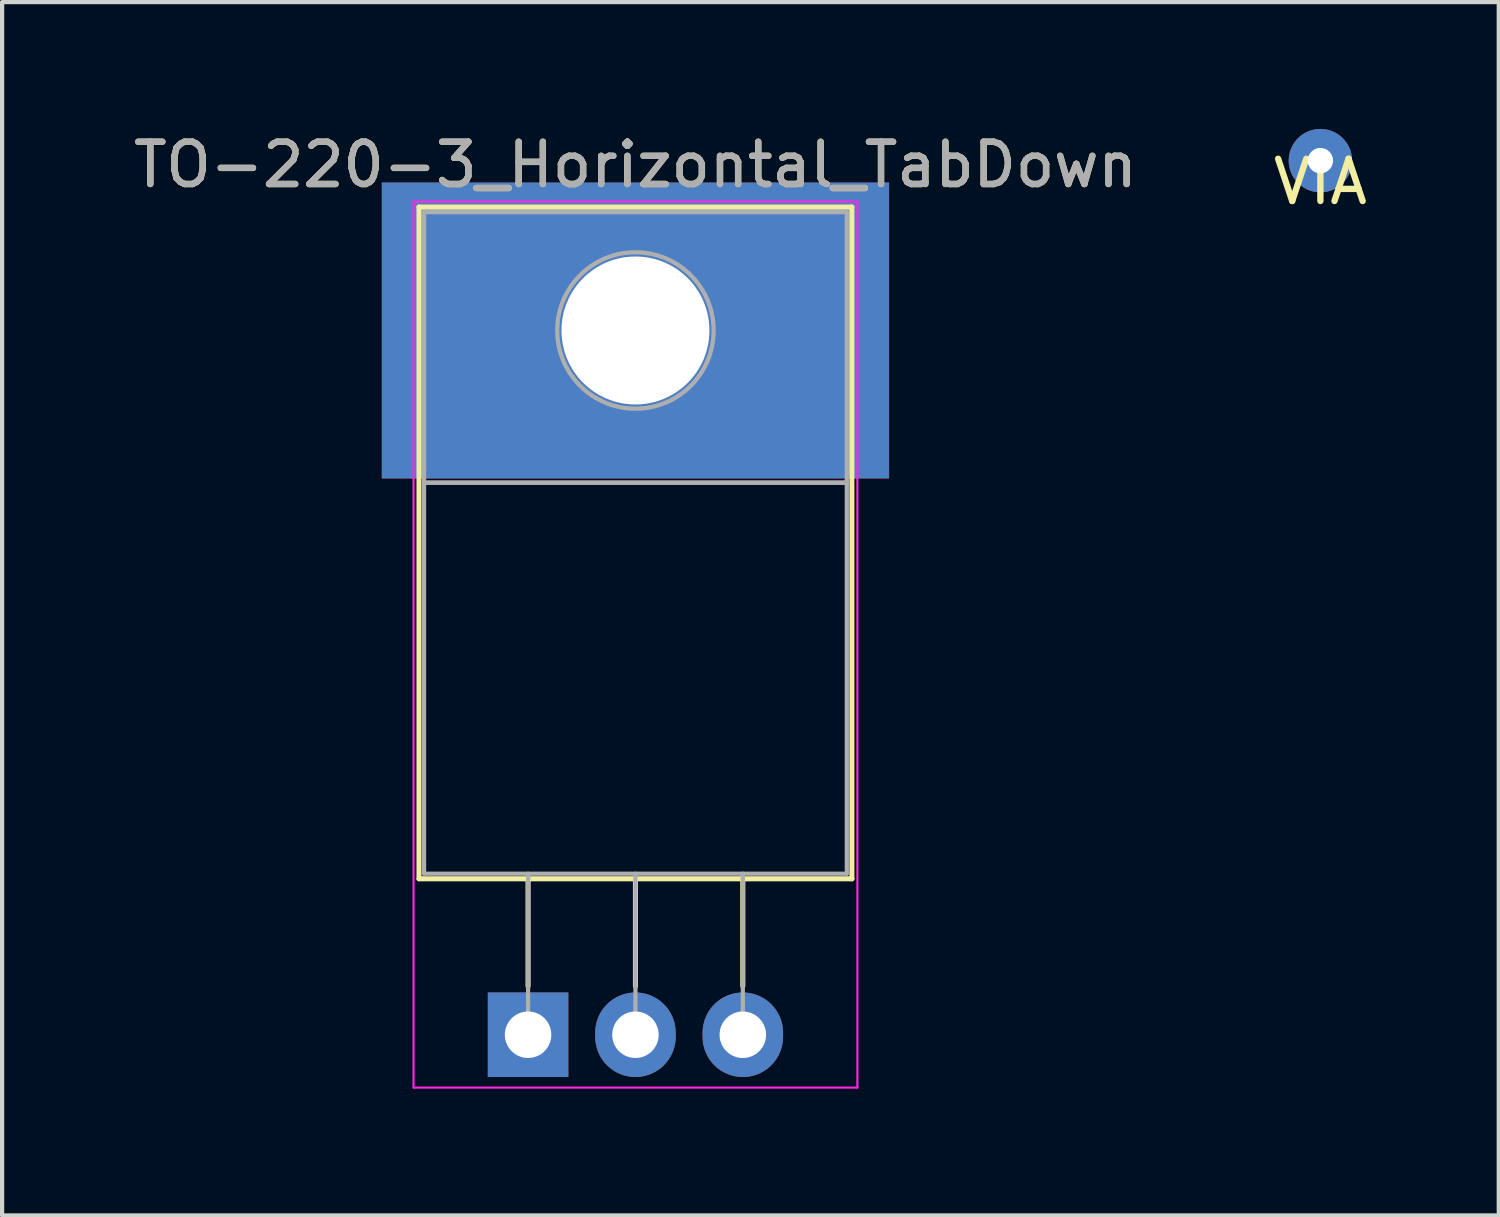
<source format=kicad_pcb>
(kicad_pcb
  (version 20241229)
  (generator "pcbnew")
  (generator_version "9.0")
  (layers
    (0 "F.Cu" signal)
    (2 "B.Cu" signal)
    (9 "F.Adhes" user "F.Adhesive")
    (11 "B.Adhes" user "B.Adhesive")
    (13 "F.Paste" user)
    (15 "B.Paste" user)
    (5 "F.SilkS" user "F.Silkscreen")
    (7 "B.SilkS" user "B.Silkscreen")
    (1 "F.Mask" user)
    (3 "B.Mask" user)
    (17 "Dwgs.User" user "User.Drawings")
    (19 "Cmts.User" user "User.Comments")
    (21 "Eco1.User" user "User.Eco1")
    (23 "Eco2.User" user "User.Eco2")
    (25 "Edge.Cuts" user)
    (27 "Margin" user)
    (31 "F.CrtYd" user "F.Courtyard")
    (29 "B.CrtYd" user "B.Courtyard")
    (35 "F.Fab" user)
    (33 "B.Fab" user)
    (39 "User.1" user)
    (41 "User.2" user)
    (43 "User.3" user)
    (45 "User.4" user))
  (footprint "VIA"
    (layer "F.Cu")
    (at 28.185 0.75)
    (property "Reference" "VIA" (at 0 0.5 0) (layer "F.SilkS") (effects (font (size 1 1) (thickness 0.15))))
    (attr through_hole)
    (pad "1" thru_hole circle (at 0 0) (size 1.5 1.5) (drill 0.6) (layers "*.Cu" "*.Mask")))
  (footprint "TO-220-3_Horizontal_TabDown"
    (layer "F.Cu")
    (at 9.442 21.428)
    (property "Reference" "TO-220-3_Horizontal_TabDown" (at 2.54 -20.58 0) (layer "F.SilkS") (effects (font (size 1 1) (thickness 0.15))))
    (attr through_hole)
    (fp_line (start -2.58 -19.58) (end -2.58 -3.69) (stroke (width 0.12) (type solid)) (layer "F.SilkS"))
    (fp_line (start -2.58 -19.58) (end 7.66 -19.58) (stroke (width 0.12) (type solid)) (layer "F.SilkS"))
    (fp_line (start -2.58 -3.69) (end 7.66 -3.69) (stroke (width 0.12) (type solid)) (layer "F.SilkS"))
    (fp_line (start 0 -3.69) (end 0 -1.15) (stroke (width 0.12) (type solid)) (layer "F.SilkS"))
    (fp_line (start 2.54 -3.69) (end 2.54 -1.15) (stroke (width 0.12) (type solid)) (layer "F.SilkS"))
    (fp_line (start 5.08 -3.69) (end 5.08 -1.15) (stroke (width 0.12) (type solid)) (layer "F.SilkS"))
    (fp_line (start 7.66 -19.58) (end 7.66 -3.69) (stroke (width 0.12) (type solid)) (layer "F.SilkS"))
    (fp_line (start -2.71 -19.71) (end -2.71 1.25) (stroke (width 0.05) (type solid)) (layer "F.CrtYd"))
    (fp_line (start -2.71 1.25) (end 7.79 1.25) (stroke (width 0.05) (type solid)) (layer "F.CrtYd"))
    (fp_line (start 7.79 -19.71) (end -2.71 -19.71) (stroke (width 0.05) (type solid)) (layer "F.CrtYd"))
    (fp_line (start 7.79 1.25) (end 7.79 -19.71) (stroke (width 0.05) (type solid)) (layer "F.CrtYd"))
    (fp_line (start -2.46 -19.46) (end 7.54 -19.46) (stroke (width 0.1) (type solid)) (layer "F.Fab"))
    (fp_line (start -2.46 -13.06) (end -2.46 -19.46) (stroke (width 0.1) (type solid)) (layer "F.Fab"))
    (fp_line (start -2.46 -13.06) (end 7.54 -13.06) (stroke (width 0.1) (type solid)) (layer "F.Fab"))
    (fp_line (start -2.46 -3.81) (end -2.46 -13.06) (stroke (width 0.1) (type solid)) (layer "F.Fab"))
    (fp_line (start 0 -3.81) (end 0 0) (stroke (width 0.1) (type solid)) (layer "F.Fab"))
    (fp_line (start 2.54 -3.81) (end 2.54 0) (stroke (width 0.1) (type solid)) (layer "F.Fab"))
    (fp_line (start 5.08 -3.81) (end 5.08 0) (stroke (width 0.1) (type solid)) (layer "F.Fab"))
    (fp_line (start 7.54 -19.46) (end 7.54 -13.06) (stroke (width 0.1) (type solid)) (layer "F.Fab"))
    (fp_line (start 7.54 -13.06) (end -2.46 -13.06) (stroke (width 0.1) (type solid)) (layer "F.Fab"))
    (fp_line (start 7.54 -13.06) (end 7.54 -3.81) (stroke (width 0.1) (type solid)) (layer "F.Fab"))
    (fp_line (start 7.54 -3.81) (end -2.46 -3.81) (stroke (width 0.1) (type solid)) (layer "F.Fab"))
    (fp_circle (center 2.54 -16.66) (end 4.39 -16.66) (stroke (width 0.1) (type solid)) (fill no) (layer "F.Fab"))
    (fp_text user "${REFERENCE}" (at 2.54 -20.58 0) (layer "F.Fab") (effects (font (size 1 1) (thickness 0.15))))
    (pad "1" thru_hole rect (at 0 0) (size 1.905 2) (drill 1.1) (layers "*.Cu" "*.Mask"))
    (pad "2" thru_hole rect (at 2.54 -16.66) (size 12 7) (drill 3.5) (layers "*.Cu" "*.Mask"))
    (pad "2" thru_hole oval (at 2.54 0) (size 1.905 2) (drill 1.1) (layers "*.Cu" "*.Mask"))
    (pad "3" thru_hole oval (at 5.08 0) (size 1.905 2) (drill 1.1) (layers "*.Cu" "*.Mask")))
  (gr_rect
    (start -3 -3)
    (end 32.405 25.703)
    (stroke (width 0.1) (type default))
    (fill no)
    (layer "Edge.Cuts")))
</source>
